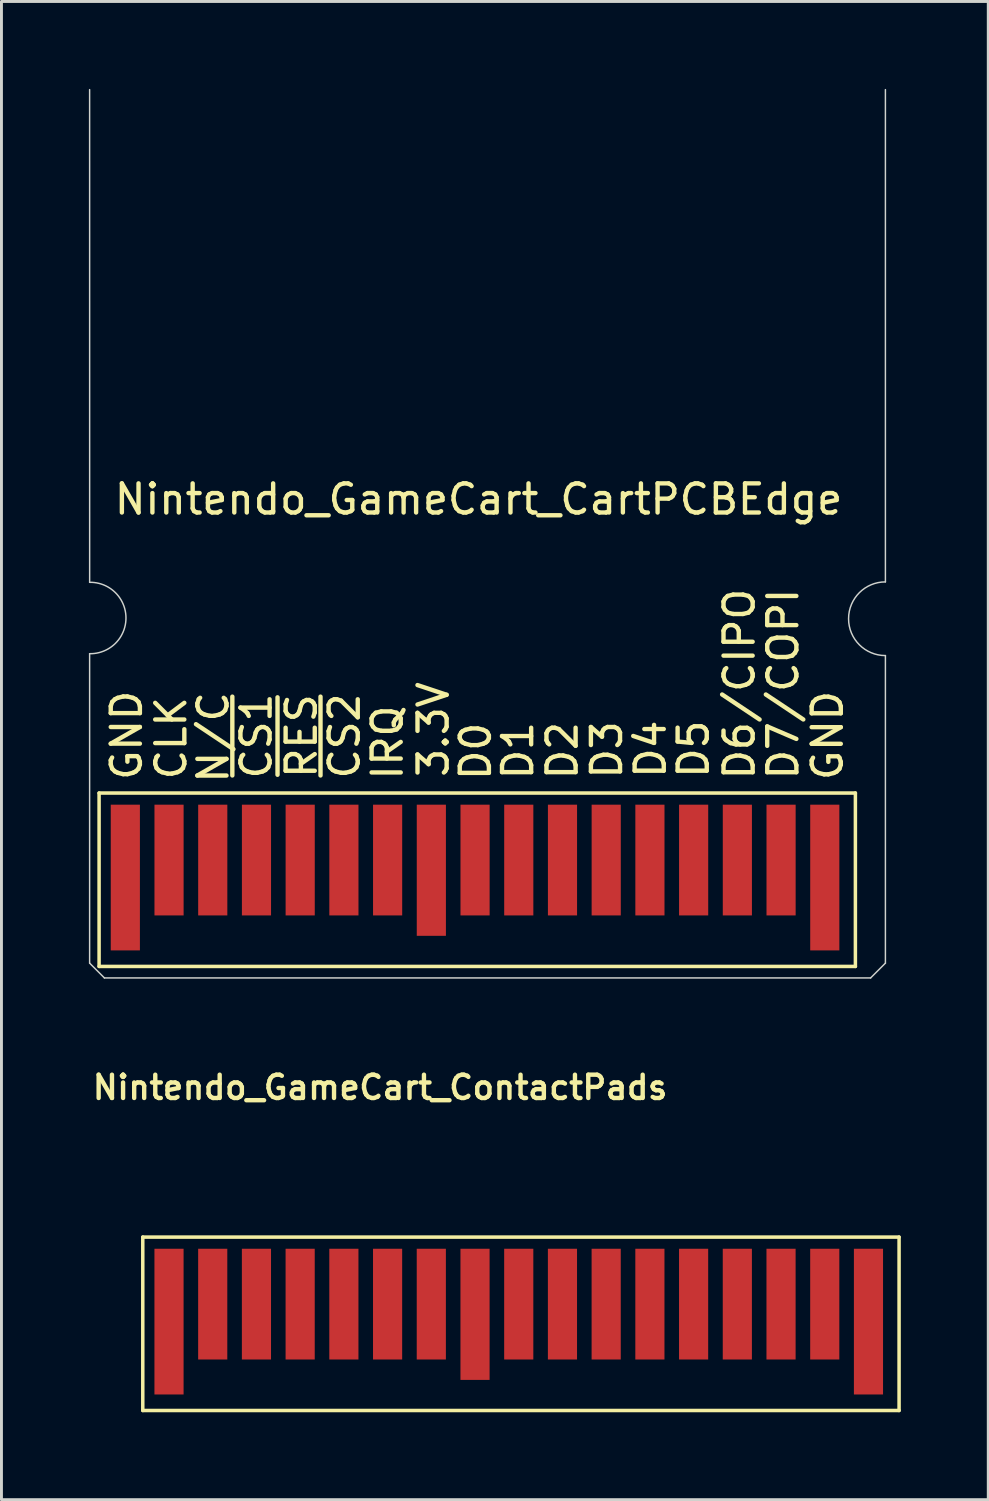
<source format=kicad_pcb>
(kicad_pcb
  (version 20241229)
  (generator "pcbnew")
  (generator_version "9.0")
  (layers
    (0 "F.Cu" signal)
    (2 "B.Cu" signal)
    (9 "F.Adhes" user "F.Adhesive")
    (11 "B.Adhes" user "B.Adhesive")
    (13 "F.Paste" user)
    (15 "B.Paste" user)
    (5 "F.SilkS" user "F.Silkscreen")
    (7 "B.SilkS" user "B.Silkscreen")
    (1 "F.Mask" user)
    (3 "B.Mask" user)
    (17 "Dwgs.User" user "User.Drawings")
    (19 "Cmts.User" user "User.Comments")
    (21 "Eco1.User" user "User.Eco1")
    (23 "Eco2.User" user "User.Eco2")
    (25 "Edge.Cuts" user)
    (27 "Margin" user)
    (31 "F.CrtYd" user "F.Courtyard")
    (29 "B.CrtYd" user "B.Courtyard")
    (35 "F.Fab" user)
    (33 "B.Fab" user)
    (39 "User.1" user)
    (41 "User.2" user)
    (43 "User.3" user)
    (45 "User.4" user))
  (footprint "Nintendo_GameCart_ContactPads"
    (layer "F.Cu")
    (at 9.849 38.347)
    (property "Reference" "Nintendo_GameCart_ContactPads" (at 0.143 -4.085 0) (layer "F.SilkS") (effects (font (size 0.8 0.8) (thickness 0.15))))
    (attr through_hole)
    (fp_line (start -8 1.05) (end -8 7) (stroke (width 0.12) (type solid)) (layer "F.SilkS"))
    (fp_line (start -8 7) (end 17.95 7) (stroke (width 0.12) (type solid)) (layer "F.SilkS"))
    (fp_line (start 17.95 1.05) (end -8 1.05) (stroke (width 0.12) (type solid)) (layer "F.SilkS"))
    (fp_line (start 17.95 7) (end 17.95 1.05) (stroke (width 0.12) (type solid)) (layer "F.SilkS"))
    (pad "1" smd rect (at -7.1 3.95) (size 1 5) (layers "F.Cu" "F.Mask"))
    (pad "2" smd rect (at -5.6 3.35) (size 1 3.8) (layers "F.Cu" "F.Mask"))
    (pad "3" smd rect (at -4.1 3.35) (size 1 3.8) (layers "F.Cu" "F.Mask"))
    (pad "4" smd rect (at -2.6 3.35) (size 1 3.8) (layers "F.Cu" "F.Mask"))
    (pad "5" smd rect (at -1.1 3.35) (size 1 3.8) (layers "F.Cu" "F.Mask"))
    (pad "6" smd rect (at 0.4 3.35) (size 1 3.8) (layers "F.Cu" "F.Mask"))
    (pad "7" smd rect (at 1.9 3.35) (size 1 3.8) (layers "F.Cu" "F.Mask"))
    (pad "8" smd rect (at 3.4 3.7) (size 1 4.5) (layers "F.Cu" "F.Mask"))
    (pad "9" smd rect (at 4.9 3.35) (size 1 3.8) (layers "F.Cu" "F.Mask"))
    (pad "10" smd rect (at 6.4 3.35) (size 1 3.8) (layers "F.Cu" "F.Mask"))
    (pad "11" smd rect (at 7.9 3.35) (size 1 3.8) (layers "F.Cu" "F.Mask"))
    (pad "12" smd rect (at 9.4 3.35) (size 1 3.8) (layers "F.Cu" "F.Mask"))
    (pad "13" smd rect (at 10.9 3.35) (size 1 3.8) (layers "F.Cu" "F.Mask"))
    (pad "14" smd rect (at 12.4 3.35) (size 1 3.8) (layers "F.Cu" "F.Mask"))
    (pad "15" smd rect (at 13.9 3.35) (size 1 3.8) (layers "F.Cu" "F.Mask"))
    (pad "16" smd rect (at 15.4 3.35) (size 1 3.8) (layers "F.Cu" "F.Mask"))
    (pad "17" smd rect (at 16.9 3.95) (size 1 5) (layers "F.Cu" "F.Mask")))
  (footprint "Nintendo_GameCart_CartPCBEdge"
    (layer "F.Cu")
    (at 13.37 14.58)
    (property "Reference" "Nintendo_GameCart_CartPCBEdge" (at 0 -0.5 0) (unlocked yes) (layer "F.SilkS") (effects (font (size 1 1) (thickness 0.15))))
    (attr smd)
    (fp_line (start -13.02 9.58) (end -13.02 15.53) (stroke (width 0.12) (type solid)) (layer "F.SilkS"))
    (fp_line (start -13.02 15.53) (end 12.93 15.53) (stroke (width 0.12) (type solid)) (layer "F.SilkS"))
    (fp_line (start 12.93 9.58) (end -13.02 9.58) (stroke (width 0.12) (type solid)) (layer "F.SilkS"))
    (fp_line (start 12.93 15.53) (end 12.93 9.58) (stroke (width 0.12) (type solid)) (layer "F.SilkS"))
    (fp_line (start -13.345 -14.555) (end -13.344 2.35) (stroke (width 0.05) (type solid)) (layer "Edge.Cuts"))
    (fp_line (start -13.345 4.8) (end -13.345 15.417) (stroke (width 0.05) (type solid)) (layer "Edge.Cuts"))
    (fp_line (start -13.345 15.417) (end -12.837 15.925) (stroke (width 0.05) (type solid)) (layer "Edge.Cuts"))
    (fp_line (start -12.837 15.925) (end 13.452 15.925) (stroke (width 0.05) (type solid)) (layer "Edge.Cuts"))
    (fp_line (start 13.96 2.336) (end 13.96 -14.555) (stroke (width 0.05) (type solid)) (layer "Edge.Cuts"))
    (fp_line (start 13.96 15.417) (end 13.452 15.925) (stroke (width 0.05) (type solid)) (layer "Edge.Cuts"))
    (fp_line (start 13.96 15.417) (end 13.96 4.864) (stroke (width 0.05) (type solid)) (layer "Edge.Cuts"))
    (fp_arc (start -13.344215 2.350187) (mid -12.100409 3.575393) (end -13.345 4.7998) (stroke (width 0.05) (type solid)) (layer "Edge.Cuts"))
    (fp_arc (start 13.959914 4.864001) (mid 12.68599 3.599957) (end 13.96 2.336) (stroke (width 0.05) (type solid)) (layer "Edge.Cuts"))
    (fp_text user "D0" (at -0.1 8.15 90) (layer "F.SilkS") (effects (font (size 1 1) (thickness 0.15))))
    (fp_text user "CLK" (at -10.55 7.7 90) (layer "F.SilkS") (effects (font (size 1 1) (thickness 0.15))))
    (fp_text user "D2" (at 2.875 8.125 90) (layer "F.SilkS") (effects (font (size 1 1) (thickness 0.15))))
    (fp_text user "N/C" (at -9.103 7.67 90) (layer "F.SilkS") (effects (font (size 1 1) (thickness 0.15))))
    (fp_text user "~{CS1}" (at -7.625 7.625 90) (layer "F.SilkS") (effects (font (size 1 1) (thickness 0.15))))
    (fp_text user "IRQ" (at -3.125 7.85 90) (layer "F.SilkS") (effects (font (size 1 1) (thickness 0.15))))
    (fp_text user "~{RES}" (at -6.075 7.625 90) (layer "F.SilkS") (effects (font (size 1 1) (thickness 0.15))))
    (fp_text user "D7/COPI" (at 10.45 5.842 90) (layer "F.SilkS") (effects (font (size 1 1) (thickness 0.15))))
    (fp_text user "D1" (at 1.35 8.125 90) (layer "F.SilkS") (effects (font (size 1 1) (thickness 0.15))))
    (fp_text user "D3" (at 4.4 8.1 90) (layer "F.SilkS") (effects (font (size 1 1) (thickness 0.15))))
    (fp_text user "GND" (at 11.975 7.606 90) (layer "F.SilkS") (effects (font (size 1 1) (thickness 0.15))))
    (fp_text user "3.3V" (at -1.55 7.4 90) (layer "F.SilkS") (effects (font (size 1 1) (thickness 0.15))))
    (fp_text user "GND" (at -12.075 7.6 90) (layer "F.SilkS") (effects (font (size 1 1) (thickness 0.15))))
    (fp_text user "D5" (at 7.375 8.075 90) (layer "F.SilkS") (effects (font (size 1 1) (thickness 0.15))))
    (fp_text user "~{CS2}" (at -4.6 7.625 90) (layer "F.SilkS") (effects (font (size 1 1) (thickness 0.15))))
    (fp_text user "D4" (at 5.9 8.075 90) (layer "F.SilkS") (effects (font (size 1 1) (thickness 0.15))))
    (fp_text user "D6/CIPO" (at 8.95 5.842 90) (layer "F.SilkS") (effects (font (size 1 1) (thickness 0.15))))
    (pad "1" smd rect (at -12.12 12.48) (size 1 5) (layers "F.Cu" "F.Mask"))
    (pad "2" smd rect (at -10.62 11.88) (size 1 3.8) (layers "F.Cu" "F.Mask"))
    (pad "3" smd rect (at -9.12 11.88) (size 1 3.8) (layers "F.Cu" "F.Mask"))
    (pad "4" smd rect (at -7.62 11.88) (size 1 3.8) (layers "F.Cu" "F.Mask"))
    (pad "5" smd rect (at -6.12 11.88) (size 1 3.8) (layers "F.Cu" "F.Mask"))
    (pad "6" smd rect (at -4.62 11.88) (size 1 3.8) (layers "F.Cu" "F.Mask"))
    (pad "7" smd rect (at -3.12 11.88) (size 1 3.8) (layers "F.Cu" "F.Mask"))
    (pad "8" smd rect (at -1.62 12.23) (size 1 4.5) (layers "F.Cu" "F.Mask"))
    (pad "9" smd rect (at -0.12 11.88) (size 1 3.8) (layers "F.Cu" "F.Mask"))
    (pad "10" smd rect (at 1.38 11.88) (size 1 3.8) (layers "F.Cu" "F.Mask"))
    (pad "11" smd rect (at 2.88 11.88) (size 1 3.8) (layers "F.Cu" "F.Mask"))
    (pad "12" smd rect (at 4.38 11.88) (size 1 3.8) (layers "F.Cu" "F.Mask"))
    (pad "13" smd rect (at 5.88 11.88) (size 1 3.8) (layers "F.Cu" "F.Mask"))
    (pad "14" smd rect (at 7.38 11.88) (size 1 3.8) (layers "F.Cu" "F.Mask"))
    (pad "15" smd rect (at 8.88 11.88) (size 1 3.8) (layers "F.Cu" "F.Mask"))
    (pad "16" smd rect (at 10.38 11.88) (size 1 3.8) (layers "F.Cu" "F.Mask"))
    (pad "17" smd rect (at 11.88 12.48) (size 1 5) (layers "F.Cu" "F.Mask"))
    (zone (net_name "") (layer "B.Cu") (hatch edge 0.508) (connect_pads) (min_thickness 0.254) (filled_areas_thickness no) (keepout (tracks allowed) (vias allowed) (pads allowed) (copperpour allowed) (footprints not_allowed)) (placement (enabled no)) (fill) (polygon (pts (xy 27.086 30.074) (xy 0.162 30.11) (xy 0.162 0.356) (xy 27.086 0.356)))))
  (gr_rect
    (start -3 -3)
    (end 30.859 48.407)
    (stroke (width 0.1) (type default))
    (fill no)
    (layer "Edge.Cuts")))
</source>
